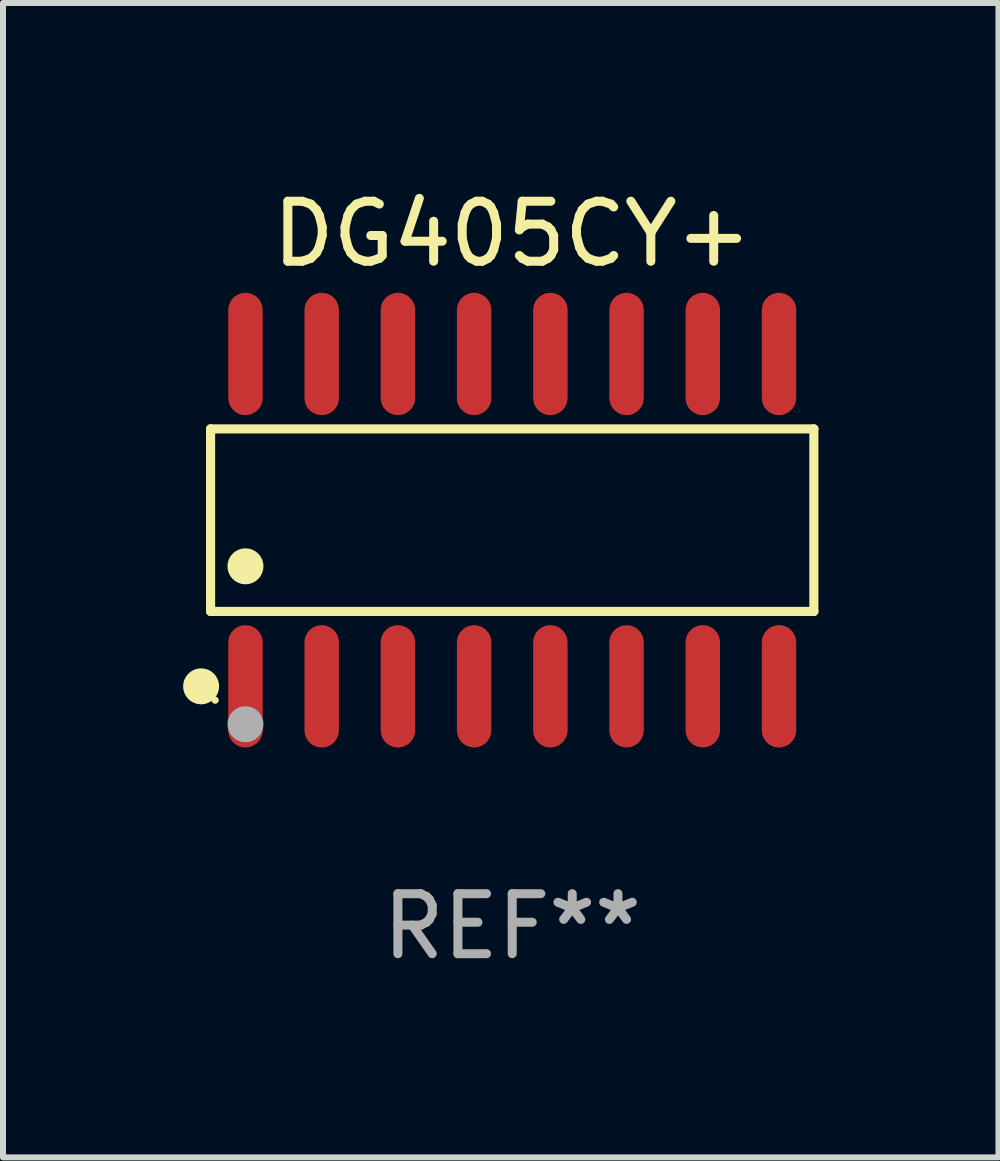
<source format=kicad_pcb>
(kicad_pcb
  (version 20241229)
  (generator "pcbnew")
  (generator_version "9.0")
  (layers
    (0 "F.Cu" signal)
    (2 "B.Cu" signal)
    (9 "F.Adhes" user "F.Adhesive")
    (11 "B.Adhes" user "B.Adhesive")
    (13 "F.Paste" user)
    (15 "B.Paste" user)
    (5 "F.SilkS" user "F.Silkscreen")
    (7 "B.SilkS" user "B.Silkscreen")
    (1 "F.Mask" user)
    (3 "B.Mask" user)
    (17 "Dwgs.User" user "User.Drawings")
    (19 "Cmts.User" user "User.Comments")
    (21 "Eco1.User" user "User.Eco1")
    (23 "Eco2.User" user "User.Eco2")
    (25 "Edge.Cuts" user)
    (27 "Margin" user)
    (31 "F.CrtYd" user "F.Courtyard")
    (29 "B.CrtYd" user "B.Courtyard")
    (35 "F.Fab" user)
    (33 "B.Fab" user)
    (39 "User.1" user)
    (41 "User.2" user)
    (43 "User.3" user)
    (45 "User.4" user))
  (footprint "DG405CY+"
    (layer "F.Cu")
    (at 5.485 5.617)
    (property "Reference" "DG405CY+" (at 0 -4.769 0) (layer "F.SilkS") (effects (font (size 1 1) (thickness 0.15))))
    (attr through_hole)
    (fp_line (start -5.026 -1.521) (end 5.026 -1.521) (stroke (width 0.152) (type solid)) (layer "F.SilkS"))
    (fp_line (start -5.026 1.521) (end -5.026 -1.521) (stroke (width 0.152) (type solid)) (layer "F.SilkS"))
    (fp_line (start 5.026 -1.521) (end 5.026 1.521) (stroke (width 0.152) (type solid)) (layer "F.SilkS"))
    (fp_line (start 5.026 1.521) (end -5.026 1.521) (stroke (width 0.152) (type solid)) (layer "F.SilkS"))
    (fp_circle (center -5.184 2.769) (end -5.034 2.769) (stroke (width 0.3) (type solid)) (fill no) (layer "F.SilkS"))
    (fp_circle (center -4.95 3) (end -4.92 3) (stroke (width 0.06) (type solid)) (fill no) (layer "F.SilkS"))
    (fp_circle (center -4.445 0.769) (end -4.295 0.769) (stroke (width 0.3) (type solid)) (fill no) (layer "F.SilkS"))
    (fp_circle (center -4.445 3.4) (end -4.295 3.4) (stroke (width 0.3) (type solid)) (fill no) (layer "F.Fab"))
    (fp_text user "REF**" (at 0 6.769 0) (layer "F.Fab") (effects (font (size 1 1) (thickness 0.15))))
    (pad "1" smd oval (at -4.445 2.769) (size 0.574 2.038) (layers "F.Cu" "F.Mask" "F.Paste"))
    (pad "2" smd oval (at -3.175 2.769) (size 0.574 2.038) (layers "F.Cu" "F.Mask" "F.Paste"))
    (pad "3" smd oval (at -1.905 2.769) (size 0.574 2.038) (layers "F.Cu" "F.Mask" "F.Paste"))
    (pad "4" smd oval (at -0.635 2.769) (size 0.574 2.038) (layers "F.Cu" "F.Mask" "F.Paste"))
    (pad "5" smd oval (at 0.635 2.769) (size 0.574 2.038) (layers "F.Cu" "F.Mask" "F.Paste"))
    (pad "6" smd oval (at 1.905 2.769) (size 0.574 2.038) (layers "F.Cu" "F.Mask" "F.Paste"))
    (pad "7" smd oval (at 3.175 2.769) (size 0.574 2.038) (layers "F.Cu" "F.Mask" "F.Paste"))
    (pad "8" smd oval (at 4.445 2.769) (size 0.574 2.038) (layers "F.Cu" "F.Mask" "F.Paste"))
    (pad "9" smd oval (at 4.445 -2.769) (size 0.574 2.038) (layers "F.Cu" "F.Mask" "F.Paste"))
    (pad "10" smd oval (at 3.175 -2.769) (size 0.574 2.038) (layers "F.Cu" "F.Mask" "F.Paste"))
    (pad "11" smd oval (at 1.905 -2.769) (size 0.574 2.038) (layers "F.Cu" "F.Mask" "F.Paste"))
    (pad "12" smd oval (at 0.635 -2.769) (size 0.574 2.038) (layers "F.Cu" "F.Mask" "F.Paste"))
    (pad "13" smd oval (at -0.635 -2.769) (size 0.574 2.038) (layers "F.Cu" "F.Mask" "F.Paste"))
    (pad "14" smd oval (at -1.905 -2.769) (size 0.574 2.038) (layers "F.Cu" "F.Mask" "F.Paste"))
    (pad "15" smd oval (at -3.175 -2.769) (size 0.574 2.038) (layers "F.Cu" "F.Mask" "F.Paste"))
    (pad "16" smd oval (at -4.445 -2.769) (size 0.574 2.038) (layers "F.Cu" "F.Mask" "F.Paste")))
  (gr_rect
    (start -3 -3)
    (end 13.587 16.235)
    (stroke (width 0.1) (type default))
    (fill no)
    (layer "Edge.Cuts")))
</source>
